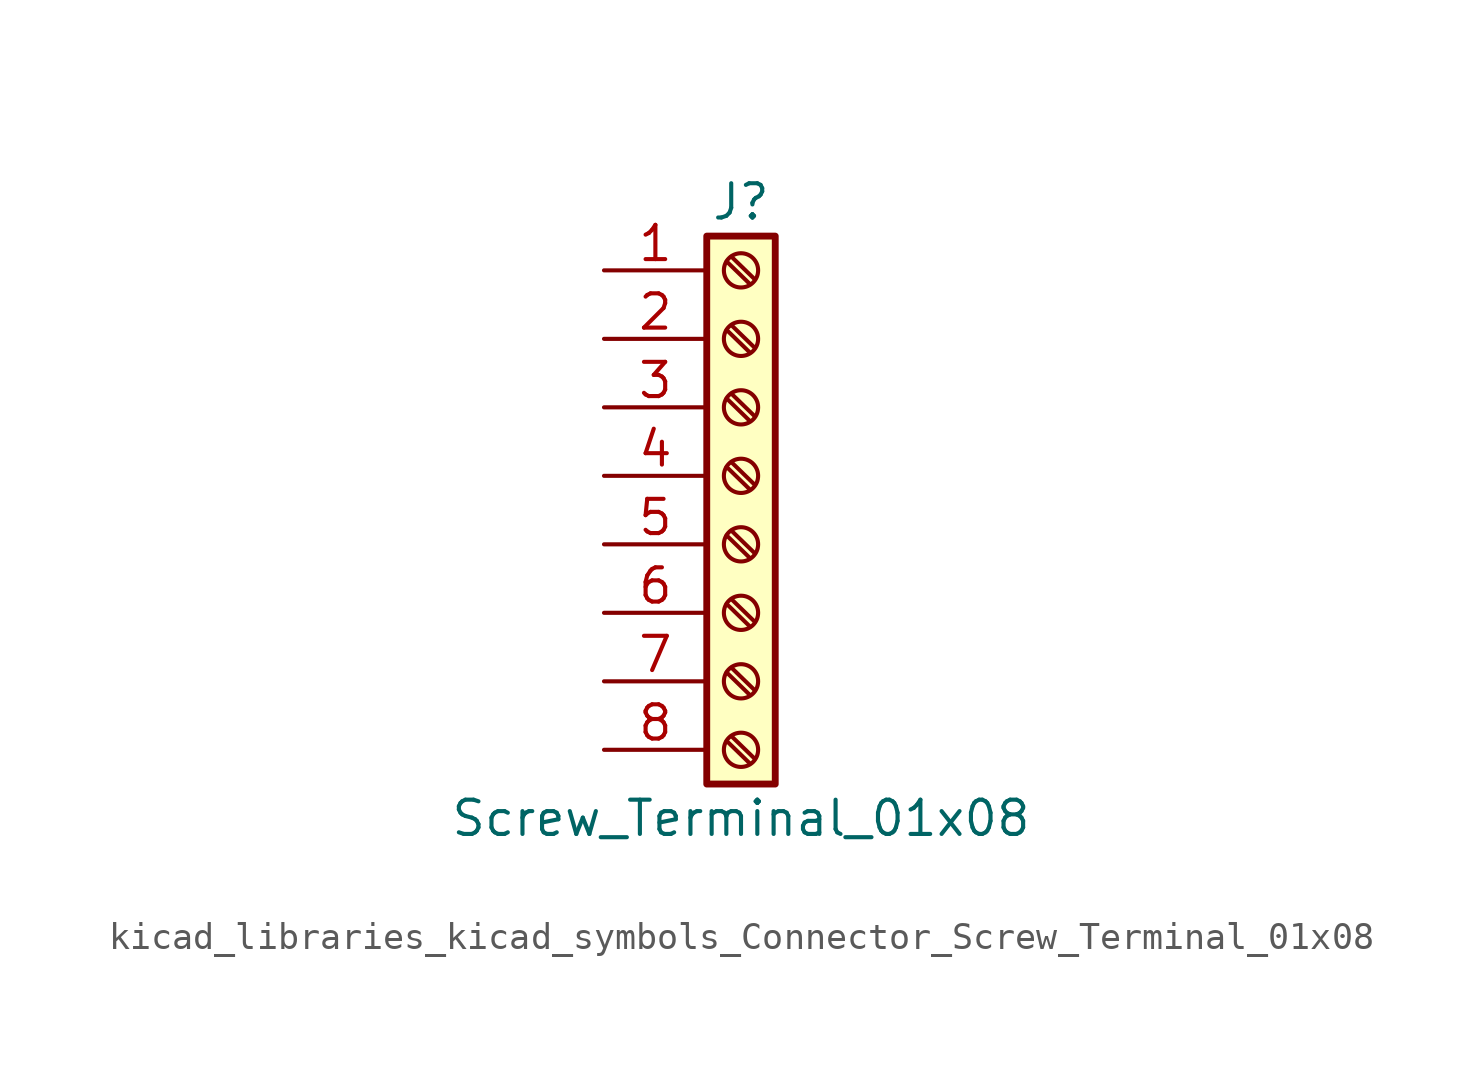
<source format=kicad_sym>
(kicad_symbol_lib
  (version 20220914)
  (generator kicad_symbol_editor)
  (symbol "kicad_libraries_kicad_symbols_Connector_Screw_Terminal_01x08"
    (pin_names
      (offset 1.016) hide)
    (property "Reference" "J"
      (at 0 10.16 0)
      (effects (font (size 1.27 1.27))))
    (property "Value" "Screw_Terminal_01x08"
      (at 0 -12.7 0)
      (effects (font (size 1.27 1.27))))
    (symbol "kicad_libraries_kicad_symbols_Connector_Screw_Terminal_01x08_1_1"
      (rectangle (start -1.27 8.89) (end 1.27 -11.43) (stroke (width 0.254) (type default)) (fill (type background)))
      (circle (center 0 -10.16) (radius 0.635) (stroke (width 0.152) (type default)) (fill (type none)))
      (circle (center 0 -7.62) (radius 0.635) (stroke (width 0.152) (type default)) (fill (type none)))
      (circle (center 0 -5.08) (radius 0.635) (stroke (width 0.152) (type default)) (fill (type none)))
      (circle (center 0 -2.54) (radius 0.635) (stroke (width 0.152) (type default)) (fill (type none)))
      (polyline (pts (xy -0.533 -9.83) (xy 0.33 -10.668)) (stroke (width 0.152) (type default)) (fill (type none)))
      (polyline (pts (xy -0.533 -7.29) (xy 0.33 -8.128)) (stroke (width 0.152) (type default)) (fill (type none)))
      (polyline (pts (xy -0.533 -4.75) (xy 0.33 -5.588)) (stroke (width 0.152) (type default)) (fill (type none)))
      (polyline (pts (xy -0.533 -2.21) (xy 0.33 -3.048)) (stroke (width 0.152) (type default)) (fill (type none)))
      (polyline (pts (xy -0.533 0.33) (xy 0.33 -0.508)) (stroke (width 0.152) (type default)) (fill (type none)))
      (polyline (pts (xy -0.533 2.87) (xy 0.33 2.032)) (stroke (width 0.152) (type default)) (fill (type none)))
      (polyline (pts (xy -0.533 5.41) (xy 0.33 4.572)) (stroke (width 0.152) (type default)) (fill (type none)))
      (polyline (pts (xy -0.533 7.95) (xy 0.33 7.112)) (stroke (width 0.152) (type default)) (fill (type none)))
      (polyline (pts (xy -0.356 -9.652) (xy 0.508 -10.49)) (stroke (width 0.152) (type default)) (fill (type none)))
      (polyline (pts (xy -0.356 -7.112) (xy 0.508 -7.95)) (stroke (width 0.152) (type default)) (fill (type none)))
      (polyline (pts (xy -0.356 -4.572) (xy 0.508 -5.41)) (stroke (width 0.152) (type default)) (fill (type none)))
      (polyline (pts (xy -0.356 -2.032) (xy 0.508 -2.87)) (stroke (width 0.152) (type default)) (fill (type none)))
      (polyline (pts (xy -0.356 0.508) (xy 0.508 -0.33)) (stroke (width 0.152) (type default)) (fill (type none)))
      (polyline (pts (xy -0.356 3.048) (xy 0.508 2.21)) (stroke (width 0.152) (type default)) (fill (type none)))
      (polyline (pts (xy -0.356 5.588) (xy 0.508 4.75)) (stroke (width 0.152) (type default)) (fill (type none)))
      (polyline (pts (xy -0.356 8.128) (xy 0.508 7.29)) (stroke (width 0.152) (type default)) (fill (type none)))
      (circle (center 0 0) (radius 0.635) (stroke (width 0.152) (type default)) (fill (type none)))
      (circle (center 0 2.54) (radius 0.635) (stroke (width 0.152) (type default)) (fill (type none)))
      (circle (center 0 5.08) (radius 0.635) (stroke (width 0.152) (type default)) (fill (type none)))
      (circle (center 0 7.62) (radius 0.635) (stroke (width 0.152) (type default)) (fill (type none)))
      (pin passive line (at -5.08 7.62 0) (length 3.81) (name "Pin_1" (effects (font (size 1.27 1.27)))) (number "1" (effects (font (size 1.27 1.27)))))
      (pin passive line (at -5.08 5.08 0) (length 3.81) (name "Pin_2" (effects (font (size 1.27 1.27)))) (number "2" (effects (font (size 1.27 1.27)))))
      (pin passive line (at -5.08 2.54 0) (length 3.81) (name "Pin_3" (effects (font (size 1.27 1.27)))) (number "3" (effects (font (size 1.27 1.27)))))
      (pin passive line (at -5.08 0 0) (length 3.81) (name "Pin_4" (effects (font (size 1.27 1.27)))) (number "4" (effects (font (size 1.27 1.27)))))
      (pin passive line (at -5.08 -2.54 0) (length 3.81) (name "Pin_5" (effects (font (size 1.27 1.27)))) (number "5" (effects (font (size 1.27 1.27)))))
      (pin passive line (at -5.08 -5.08 0) (length 3.81) (name "Pin_6" (effects (font (size 1.27 1.27)))) (number "6" (effects (font (size 1.27 1.27)))))
      (pin passive line (at -5.08 -7.62 0) (length 3.81) (name "Pin_7" (effects (font (size 1.27 1.27)))) (number "7" (effects (font (size 1.27 1.27)))))
      (pin passive line (at -5.08 -10.16 0) (length 3.81) (name "Pin_8" (effects (font (size 1.27 1.27)))) (number "8" (effects (font (size 1.27 1.27))))))))
</source>
